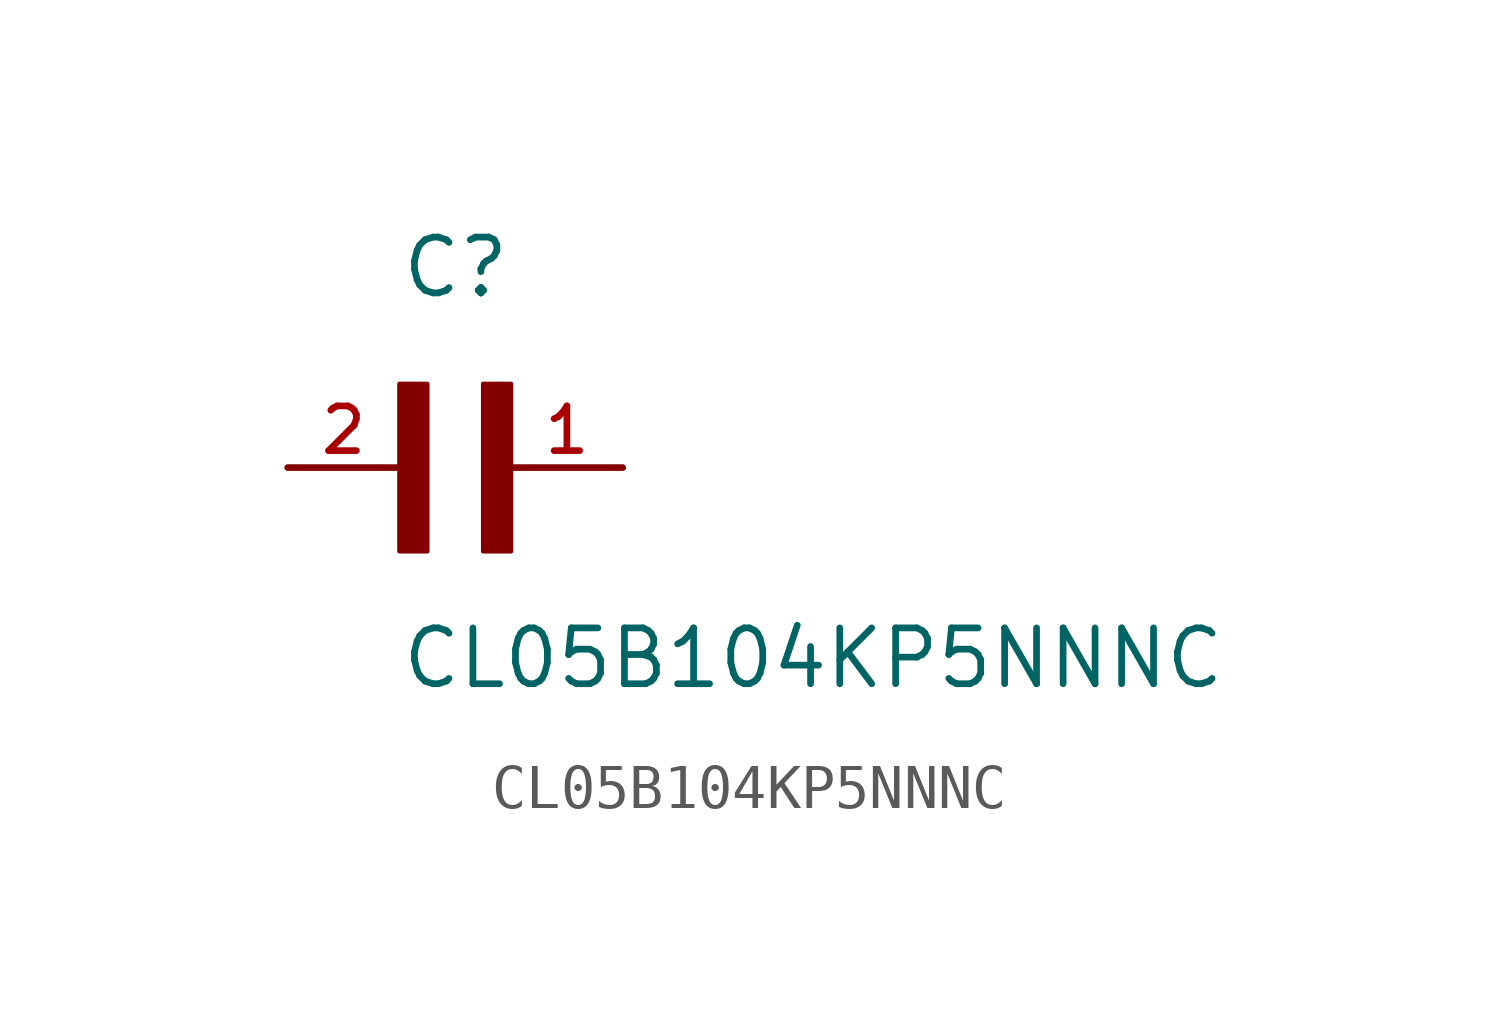
<source format=kicad_sym>
(kicad_symbol_lib
  (version 20211014)
  (generator kicad_symbol_editor)
  (symbol "CL05B104KP5NNNC"
    (pin_names
      (offset 1.016))
    (property "Reference" "C"
      (at 0.0 3.81 0)
      (effects (font (size 1.27 1.27)) (justify bottom left)))
    (property "Value" "CL05B104KP5NNNC"
      (at 0.0 -5.08 0)
      (effects (font (size 1.27 1.27)) (justify bottom left)))
    (symbol "CL05B104KP5NNNC_0_0"
      (rectangle (start 0.0 -1.905) (end 0.635 1.905) (stroke (width 0.1)) (fill (type outline)))
      (rectangle (start 1.905 -1.905) (end 2.54 1.905) (stroke (width 0.1)) (fill (type outline)))
      (pin passive line (at 5.08 0.0 180.0) (length 2.54) (name "~" (effects (font (size 1.016 1.016)))) (number "1" (effects (font (size 1.016 1.016)))))
      (pin passive line (at -2.54 0.0 0) (length 2.54) (name "~" (effects (font (size 1.016 1.016)))) (number "2" (effects (font (size 1.016 1.016))))))))
</source>
